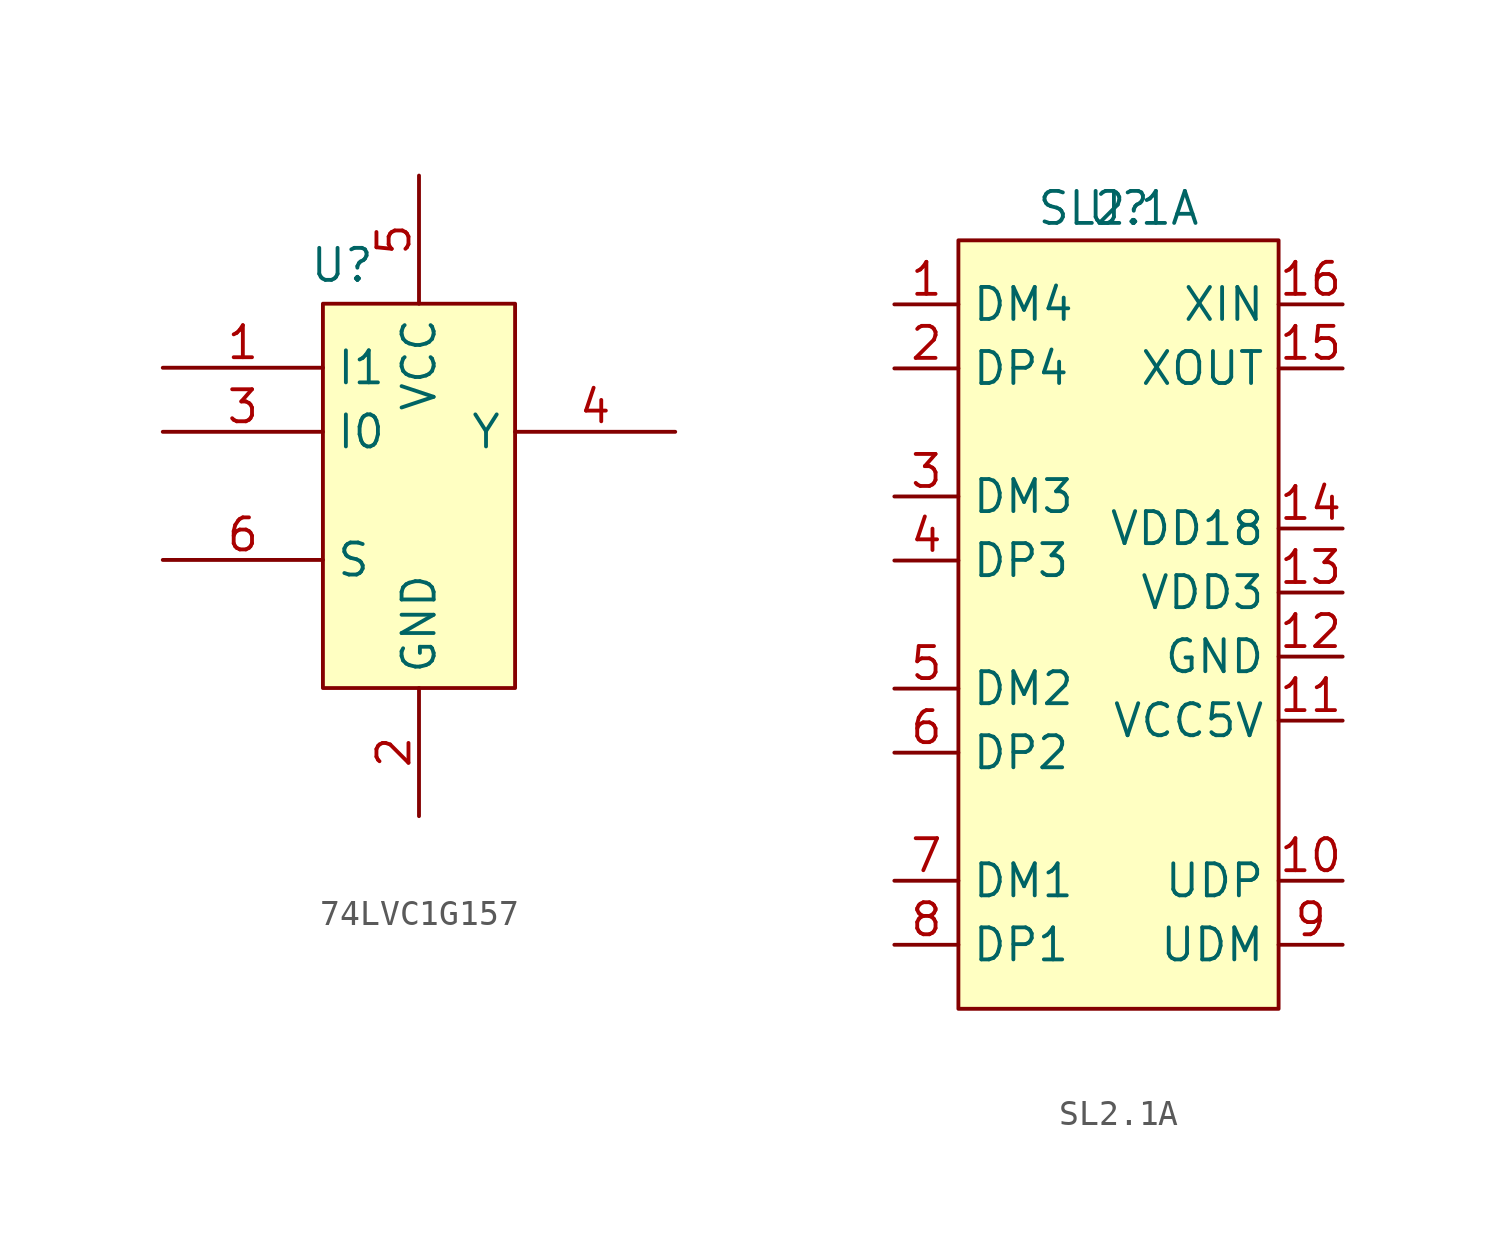
<source format=kicad_sym>
(kicad_symbol_lib
  (version 20231120)
  (generator "kicad_symbol_editor")
  (generator_version "8.0")
  (symbol "74LVC1G157"
    (property "Reference" "U"
      (at 0.762 1.524 0)
      (effects (font (size 1.27 1.27))))
    (property "Value" ""
      (at 0 0 0)
      (effects (font (size 1.27 1.27))))
    (symbol "74LVC1G157_1_1"
      (rectangle (start 0 0) (end 7.62 -15.24) (stroke (width 0) (type default)) (fill (type background)))
      (pin input line (at -6.35 -2.54 0) (length 6.35) (name "I1" (effects (font (size 1.27 1.27)))) (number "1" (effects (font (size 1.27 1.27)))))
      (pin input line (at 3.81 -20.32 90) (length 5.08) (name "GND" (effects (font (size 1.27 1.27)))) (number "2" (effects (font (size 1.27 1.27)))))
      (pin input line (at -6.35 -5.08 0) (length 6.35) (name "I0" (effects (font (size 1.27 1.27)))) (number "3" (effects (font (size 1.27 1.27)))))
      (pin input line (at 13.97 -5.08 180) (length 6.35) (name "Y" (effects (font (size 1.27 1.27)))) (number "4" (effects (font (size 1.27 1.27)))))
      (pin input line (at 3.81 5.08 270) (length 5.08) (name "VCC" (effects (font (size 1.27 1.27)))) (number "5" (effects (font (size 1.27 1.27)))))
      (pin input line (at -6.35 -10.16 0) (length 6.35) (name "S" (effects (font (size 1.27 1.27)))) (number "6" (effects (font (size 1.27 1.27)))))))
  (symbol "SL2.1A"
    (property "Reference" "U"
      (at 0 0 0)
      (effects (font (size 1.27 1.27))))
    (property "Value" "SL2.1A"
      (at 0 0 0)
      (effects (font (size 1.27 1.27))))
    (symbol "SL2.1A_1_1"
      (rectangle (start -6.35 -1.27) (end 6.35 -31.75) (stroke (width 0) (type default)) (fill (type background)))
      (pin input line (at -8.89 -3.81 0) (length 2.54) (name "DM4" (effects (font (size 1.27 1.27)))) (number "1" (effects (font (size 1.27 1.27)))))
      (pin input line (at 8.89 -26.67 180) (length 2.54) (name "UDP" (effects (font (size 1.27 1.27)))) (number "10" (effects (font (size 1.27 1.27)))))
      (pin input line (at 8.89 -20.32 180) (length 2.54) (name "VCC5V" (effects (font (size 1.27 1.27)))) (number "11" (effects (font (size 1.27 1.27)))))
      (pin input line (at 8.89 -17.78 180) (length 2.54) (name "GND" (effects (font (size 1.27 1.27)))) (number "12" (effects (font (size 1.27 1.27)))))
      (pin input line (at 8.89 -15.24 180) (length 2.54) (name "VDD3" (effects (font (size 1.27 1.27)))) (number "13" (effects (font (size 1.27 1.27)))))
      (pin input line (at 8.89 -12.7 180) (length 2.54) (name "VDD18" (effects (font (size 1.27 1.27)))) (number "14" (effects (font (size 1.27 1.27)))))
      (pin input line (at 8.89 -6.35 180) (length 2.54) (name "XOUT" (effects (font (size 1.27 1.27)))) (number "15" (effects (font (size 1.27 1.27)))))
      (pin input line (at 8.89 -3.81 180) (length 2.54) (name "XIN" (effects (font (size 1.27 1.27)))) (number "16" (effects (font (size 1.27 1.27)))))
      (pin input line (at -8.89 -6.35 0) (length 2.54) (name "DP4" (effects (font (size 1.27 1.27)))) (number "2" (effects (font (size 1.27 1.27)))))
      (pin input line (at -8.89 -11.43 0) (length 2.54) (name "DM3" (effects (font (size 1.27 1.27)))) (number "3" (effects (font (size 1.27 1.27)))))
      (pin input line (at -8.89 -13.97 0) (length 2.54) (name "DP3" (effects (font (size 1.27 1.27)))) (number "4" (effects (font (size 1.27 1.27)))))
      (pin input line (at -8.89 -19.05 0) (length 2.54) (name "DM2" (effects (font (size 1.27 1.27)))) (number "5" (effects (font (size 1.27 1.27)))))
      (pin input line (at -8.89 -21.59 0) (length 2.54) (name "DP2" (effects (font (size 1.27 1.27)))) (number "6" (effects (font (size 1.27 1.27)))))
      (pin input line (at -8.89 -26.67 0) (length 2.54) (name "DM1" (effects (font (size 1.27 1.27)))) (number "7" (effects (font (size 1.27 1.27)))))
      (pin input line (at -8.89 -29.21 0) (length 2.54) (name "DP1" (effects (font (size 1.27 1.27)))) (number "8" (effects (font (size 1.27 1.27)))))
      (pin input line (at 8.89 -29.21 180) (length 2.54) (name "UDM" (effects (font (size 1.27 1.27)))) (number "9" (effects (font (size 1.27 1.27))))))))
</source>
